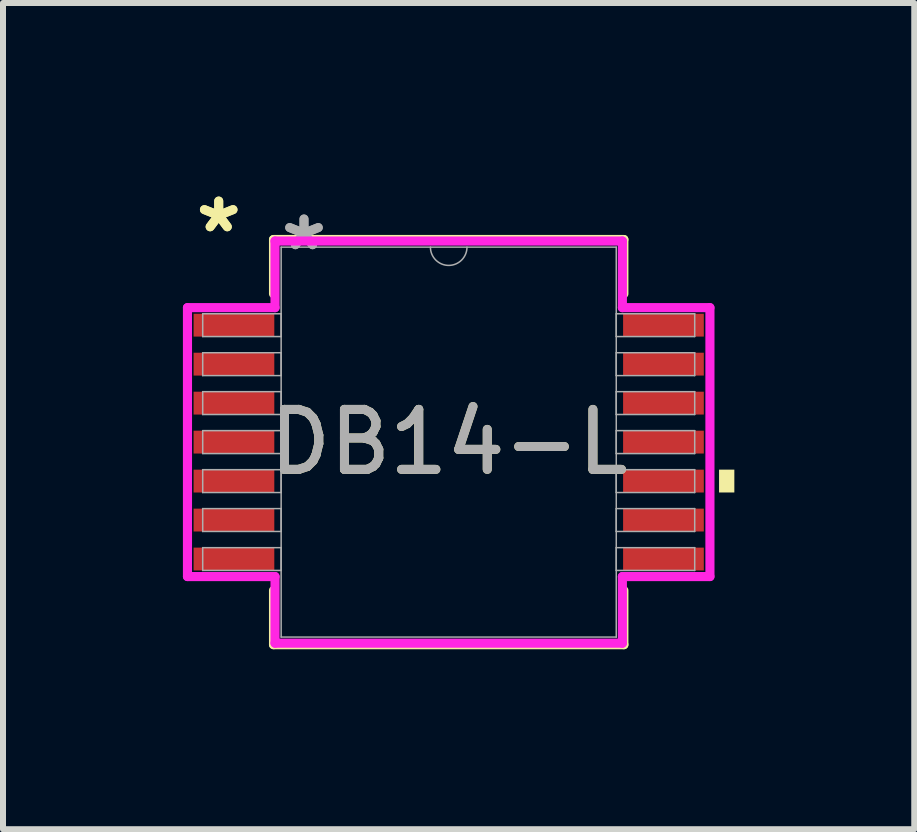
<source format=kicad_pcb>
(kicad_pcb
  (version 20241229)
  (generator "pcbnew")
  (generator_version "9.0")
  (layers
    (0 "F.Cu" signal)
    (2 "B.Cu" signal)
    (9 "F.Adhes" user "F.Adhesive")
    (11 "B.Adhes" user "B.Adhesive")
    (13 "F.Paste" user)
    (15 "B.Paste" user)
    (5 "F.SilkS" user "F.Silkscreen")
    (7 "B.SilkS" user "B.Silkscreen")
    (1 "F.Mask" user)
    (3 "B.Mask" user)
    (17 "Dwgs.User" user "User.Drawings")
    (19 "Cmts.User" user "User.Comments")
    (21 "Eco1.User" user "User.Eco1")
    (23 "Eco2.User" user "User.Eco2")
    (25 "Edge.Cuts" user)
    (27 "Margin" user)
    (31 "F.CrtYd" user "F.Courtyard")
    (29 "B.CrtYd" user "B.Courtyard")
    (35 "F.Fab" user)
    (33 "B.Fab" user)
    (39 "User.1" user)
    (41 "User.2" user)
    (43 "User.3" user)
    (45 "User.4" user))
  (footprint "DB14-L"
    (layer "F.Cu")
    (at 4.432 4.322)
    (property "Reference" "DB14-L" (at 0 0 0) (unlocked yes) (layer "F.SilkS") (effects (font (size 1 1) (thickness 0.15))))
    (attr smd)
    (fp_line (start -2.921 -3.378) (end -2.921 -2.473) (stroke (width 0.152) (type solid)) (layer "F.SilkS"))
    (fp_line (start -2.921 2.473) (end -2.921 3.378) (stroke (width 0.152) (type solid)) (layer "F.SilkS"))
    (fp_line (start -2.921 3.378) (end 2.921 3.378) (stroke (width 0.152) (type solid)) (layer "F.SilkS"))
    (fp_line (start 2.921 -3.378) (end -2.921 -3.378) (stroke (width 0.152) (type solid)) (layer "F.SilkS"))
    (fp_line (start 2.921 -2.473) (end 2.921 -3.378) (stroke (width 0.152) (type solid)) (layer "F.SilkS"))
    (fp_line (start 2.921 3.378) (end 2.921 2.473) (stroke (width 0.152) (type solid)) (layer "F.SilkS"))
    (fp_poly (pts (xy 4.763 0.459) (xy 4.763 0.84) (xy 4.508 0.84) (xy 4.508 0.459)) (stroke (width 0) (type solid)) (fill yes) (layer "F.SilkS"))
    (fp_line (start -4.356 -2.242) (end -2.896 -2.242) (stroke (width 0.152) (type solid)) (layer "F.CrtYd"))
    (fp_line (start -4.356 2.242) (end -4.356 -2.242) (stroke (width 0.152) (type solid)) (layer "F.CrtYd"))
    (fp_line (start -4.356 2.242) (end -2.896 2.242) (stroke (width 0.152) (type solid)) (layer "F.CrtYd"))
    (fp_line (start -2.896 -3.353) (end 2.896 -3.353) (stroke (width 0.152) (type solid)) (layer "F.CrtYd"))
    (fp_line (start -2.896 -2.242) (end -2.896 -3.353) (stroke (width 0.152) (type solid)) (layer "F.CrtYd"))
    (fp_line (start -2.896 3.353) (end -2.896 2.242) (stroke (width 0.152) (type solid)) (layer "F.CrtYd"))
    (fp_line (start 2.896 -3.353) (end 2.896 -2.242) (stroke (width 0.152) (type solid)) (layer "F.CrtYd"))
    (fp_line (start 2.896 2.242) (end 2.896 3.353) (stroke (width 0.152) (type solid)) (layer "F.CrtYd"))
    (fp_line (start 2.896 3.353) (end -2.896 3.353) (stroke (width 0.152) (type solid)) (layer "F.CrtYd"))
    (fp_line (start 4.356 -2.242) (end 2.896 -2.242) (stroke (width 0.152) (type solid)) (layer "F.CrtYd"))
    (fp_line (start 4.356 -2.242) (end 4.356 2.242) (stroke (width 0.152) (type solid)) (layer "F.CrtYd"))
    (fp_line (start 4.356 2.242) (end 2.896 2.242) (stroke (width 0.152) (type solid)) (layer "F.CrtYd"))
    (fp_line (start -4.102 -2.14) (end -4.102 -1.76) (stroke (width 0.025) (type solid)) (layer "F.Fab"))
    (fp_line (start -4.102 -1.76) (end -2.794 -1.76) (stroke (width 0.025) (type solid)) (layer "F.Fab"))
    (fp_line (start -4.102 -1.49) (end -4.102 -1.109) (stroke (width 0.025) (type solid)) (layer "F.Fab"))
    (fp_line (start -4.102 -1.109) (end -2.794 -1.109) (stroke (width 0.025) (type solid)) (layer "F.Fab"))
    (fp_line (start -4.102 -0.841) (end -4.102 -0.46) (stroke (width 0.025) (type solid)) (layer "F.Fab"))
    (fp_line (start -4.102 -0.46) (end -2.794 -0.46) (stroke (width 0.025) (type solid)) (layer "F.Fab"))
    (fp_line (start -4.102 -0.191) (end -4.102 0.191) (stroke (width 0.025) (type solid)) (layer "F.Fab"))
    (fp_line (start -4.102 0.191) (end -2.794 0.191) (stroke (width 0.025) (type solid)) (layer "F.Fab"))
    (fp_line (start -4.102 0.46) (end -4.102 0.841) (stroke (width 0.025) (type solid)) (layer "F.Fab"))
    (fp_line (start -4.102 0.841) (end -2.794 0.841) (stroke (width 0.025) (type solid)) (layer "F.Fab"))
    (fp_line (start -4.102 1.109) (end -4.102 1.49) (stroke (width 0.025) (type solid)) (layer "F.Fab"))
    (fp_line (start -4.102 1.49) (end -2.794 1.49) (stroke (width 0.025) (type solid)) (layer "F.Fab"))
    (fp_line (start -4.102 1.76) (end -4.102 2.14) (stroke (width 0.025) (type solid)) (layer "F.Fab"))
    (fp_line (start -4.102 2.14) (end -2.794 2.14) (stroke (width 0.025) (type solid)) (layer "F.Fab"))
    (fp_line (start -2.794 -3.251) (end -2.794 3.251) (stroke (width 0.025) (type solid)) (layer "F.Fab"))
    (fp_line (start -2.794 -2.14) (end -4.102 -2.14) (stroke (width 0.025) (type solid)) (layer "F.Fab"))
    (fp_line (start -2.794 -1.76) (end -2.794 -2.14) (stroke (width 0.025) (type solid)) (layer "F.Fab"))
    (fp_line (start -2.794 -1.49) (end -4.102 -1.49) (stroke (width 0.025) (type solid)) (layer "F.Fab"))
    (fp_line (start -2.794 -1.109) (end -2.794 -1.49) (stroke (width 0.025) (type solid)) (layer "F.Fab"))
    (fp_line (start -2.794 -0.841) (end -4.102 -0.841) (stroke (width 0.025) (type solid)) (layer "F.Fab"))
    (fp_line (start -2.794 -0.46) (end -2.794 -0.841) (stroke (width 0.025) (type solid)) (layer "F.Fab"))
    (fp_line (start -2.794 -0.191) (end -4.102 -0.191) (stroke (width 0.025) (type solid)) (layer "F.Fab"))
    (fp_line (start -2.794 0.191) (end -2.794 -0.191) (stroke (width 0.025) (type solid)) (layer "F.Fab"))
    (fp_line (start -2.794 0.46) (end -4.102 0.46) (stroke (width 0.025) (type solid)) (layer "F.Fab"))
    (fp_line (start -2.794 0.841) (end -2.794 0.46) (stroke (width 0.025) (type solid)) (layer "F.Fab"))
    (fp_line (start -2.794 1.109) (end -4.102 1.109) (stroke (width 0.025) (type solid)) (layer "F.Fab"))
    (fp_line (start -2.794 1.49) (end -2.794 1.109) (stroke (width 0.025) (type solid)) (layer "F.Fab"))
    (fp_line (start -2.794 1.76) (end -4.102 1.76) (stroke (width 0.025) (type solid)) (layer "F.Fab"))
    (fp_line (start -2.794 2.14) (end -2.794 1.76) (stroke (width 0.025) (type solid)) (layer "F.Fab"))
    (fp_line (start -2.794 3.251) (end 2.794 3.251) (stroke (width 0.025) (type solid)) (layer "F.Fab"))
    (fp_line (start 2.794 -3.251) (end -2.794 -3.251) (stroke (width 0.025) (type solid)) (layer "F.Fab"))
    (fp_line (start 2.794 -2.14) (end 2.794 -1.76) (stroke (width 0.025) (type solid)) (layer "F.Fab"))
    (fp_line (start 2.794 -1.76) (end 4.102 -1.76) (stroke (width 0.025) (type solid)) (layer "F.Fab"))
    (fp_line (start 2.794 -1.49) (end 2.794 -1.109) (stroke (width 0.025) (type solid)) (layer "F.Fab"))
    (fp_line (start 2.794 -1.109) (end 4.102 -1.109) (stroke (width 0.025) (type solid)) (layer "F.Fab"))
    (fp_line (start 2.794 -0.841) (end 2.794 -0.46) (stroke (width 0.025) (type solid)) (layer "F.Fab"))
    (fp_line (start 2.794 -0.46) (end 4.102 -0.46) (stroke (width 0.025) (type solid)) (layer "F.Fab"))
    (fp_line (start 2.794 -0.191) (end 2.794 0.191) (stroke (width 0.025) (type solid)) (layer "F.Fab"))
    (fp_line (start 2.794 0.191) (end 4.102 0.191) (stroke (width 0.025) (type solid)) (layer "F.Fab"))
    (fp_line (start 2.794 0.46) (end 2.794 0.841) (stroke (width 0.025) (type solid)) (layer "F.Fab"))
    (fp_line (start 2.794 0.841) (end 4.102 0.841) (stroke (width 0.025) (type solid)) (layer "F.Fab"))
    (fp_line (start 2.794 1.109) (end 2.794 1.49) (stroke (width 0.025) (type solid)) (layer "F.Fab"))
    (fp_line (start 2.794 1.49) (end 4.102 1.49) (stroke (width 0.025) (type solid)) (layer "F.Fab"))
    (fp_line (start 2.794 1.76) (end 2.794 2.14) (stroke (width 0.025) (type solid)) (layer "F.Fab"))
    (fp_line (start 2.794 2.14) (end 4.102 2.14) (stroke (width 0.025) (type solid)) (layer "F.Fab"))
    (fp_line (start 2.794 3.251) (end 2.794 -3.251) (stroke (width 0.025) (type solid)) (layer "F.Fab"))
    (fp_line (start 4.102 -2.14) (end 2.794 -2.14) (stroke (width 0.025) (type solid)) (layer "F.Fab"))
    (fp_line (start 4.102 -1.76) (end 4.102 -2.14) (stroke (width 0.025) (type solid)) (layer "F.Fab"))
    (fp_line (start 4.102 -1.49) (end 2.794 -1.49) (stroke (width 0.025) (type solid)) (layer "F.Fab"))
    (fp_line (start 4.102 -1.109) (end 4.102 -1.49) (stroke (width 0.025) (type solid)) (layer "F.Fab"))
    (fp_line (start 4.102 -0.841) (end 2.794 -0.841) (stroke (width 0.025) (type solid)) (layer "F.Fab"))
    (fp_line (start 4.102 -0.46) (end 4.102 -0.841) (stroke (width 0.025) (type solid)) (layer "F.Fab"))
    (fp_line (start 4.102 -0.191) (end 2.794 -0.191) (stroke (width 0.025) (type solid)) (layer "F.Fab"))
    (fp_line (start 4.102 0.191) (end 4.102 -0.191) (stroke (width 0.025) (type solid)) (layer "F.Fab"))
    (fp_line (start 4.102 0.46) (end 2.794 0.46) (stroke (width 0.025) (type solid)) (layer "F.Fab"))
    (fp_line (start 4.102 0.841) (end 4.102 0.46) (stroke (width 0.025) (type solid)) (layer "F.Fab"))
    (fp_line (start 4.102 1.109) (end 2.794 1.109) (stroke (width 0.025) (type solid)) (layer "F.Fab"))
    (fp_line (start 4.102 1.49) (end 4.102 1.109) (stroke (width 0.025) (type solid)) (layer "F.Fab"))
    (fp_line (start 4.102 1.76) (end 2.794 1.76) (stroke (width 0.025) (type solid)) (layer "F.Fab"))
    (fp_line (start 4.102 2.14) (end 4.102 1.76) (stroke (width 0.025) (type solid)) (layer "F.Fab"))
    (fp_arc (start 0.3048 -3.2512) (mid 0 -2.9464) (end -0.3048 -3.2512) (stroke (width 0.0254) (type solid)) (layer "F.Fab"))
    (fp_text user "*" (at -3.835 -3.474 0) (unlocked yes) (layer "F.SilkS") (effects (font (size 1 1) (thickness 0.15))))
    (fp_text user "*" (at -3.835 -3.474 0) (layer "F.SilkS") (effects (font (size 1 1) (thickness 0.15))))
    (fp_text user "${REFERENCE}" (at 0 0 0) (unlocked yes) (layer "F.Fab") (effects (font (size 1 1) (thickness 0.15))))
    (fp_text user "*" (at -2.413 -3.175 0) (layer "F.Fab") (effects (font (size 1 1) (thickness 0.15))))
    (fp_text user "*" (at -2.413 -3.175 0) (unlocked yes) (layer "F.Fab") (effects (font (size 1 1) (thickness 0.15))))
    (pad "1" smd rect (at -3.581 -1.95) (size 1.346 0.381) (layers "F.Cu" "F.Mask" "F.Paste"))
    (pad "2" smd rect (at -3.581 -1.3) (size 1.346 0.381) (layers "F.Cu" "F.Mask" "F.Paste"))
    (pad "3" smd rect (at -3.581 -0.65) (size 1.346 0.381) (layers "F.Cu" "F.Mask" "F.Paste"))
    (pad "4" smd rect (at -3.581 0) (size 1.346 0.381) (layers "F.Cu" "F.Mask" "F.Paste"))
    (pad "5" smd rect (at -3.581 0.65) (size 1.346 0.381) (layers "F.Cu" "F.Mask" "F.Paste"))
    (pad "6" smd rect (at -3.581 1.3) (size 1.346 0.381) (layers "F.Cu" "F.Mask" "F.Paste"))
    (pad "7" smd rect (at -3.581 1.95) (size 1.346 0.381) (layers "F.Cu" "F.Mask" "F.Paste"))
    (pad "8" smd rect (at 3.581 1.95) (size 1.346 0.381) (layers "F.Cu" "F.Mask" "F.Paste"))
    (pad "9" smd rect (at 3.581 1.3) (size 1.346 0.381) (layers "F.Cu" "F.Mask" "F.Paste"))
    (pad "10" smd rect (at 3.581 0.65) (size 1.346 0.381) (layers "F.Cu" "F.Mask" "F.Paste"))
    (pad "11" smd rect (at 3.581 0) (size 1.346 0.381) (layers "F.Cu" "F.Mask" "F.Paste"))
    (pad "12" smd rect (at 3.581 -0.65) (size 1.346 0.381) (layers "F.Cu" "F.Mask" "F.Paste"))
    (pad "13" smd rect (at 3.581 -1.3) (size 1.346 0.381) (layers "F.Cu" "F.Mask" "F.Paste"))
    (pad "14" smd rect (at 3.581 -1.95) (size 1.346 0.381) (layers "F.Cu" "F.Mask" "F.Paste")))
  (gr_rect
    (start -3 -3)
    (end 12.195 10.777)
    (stroke (width 0.1) (type default))
    (fill no)
    (layer "Edge.Cuts")))
</source>
